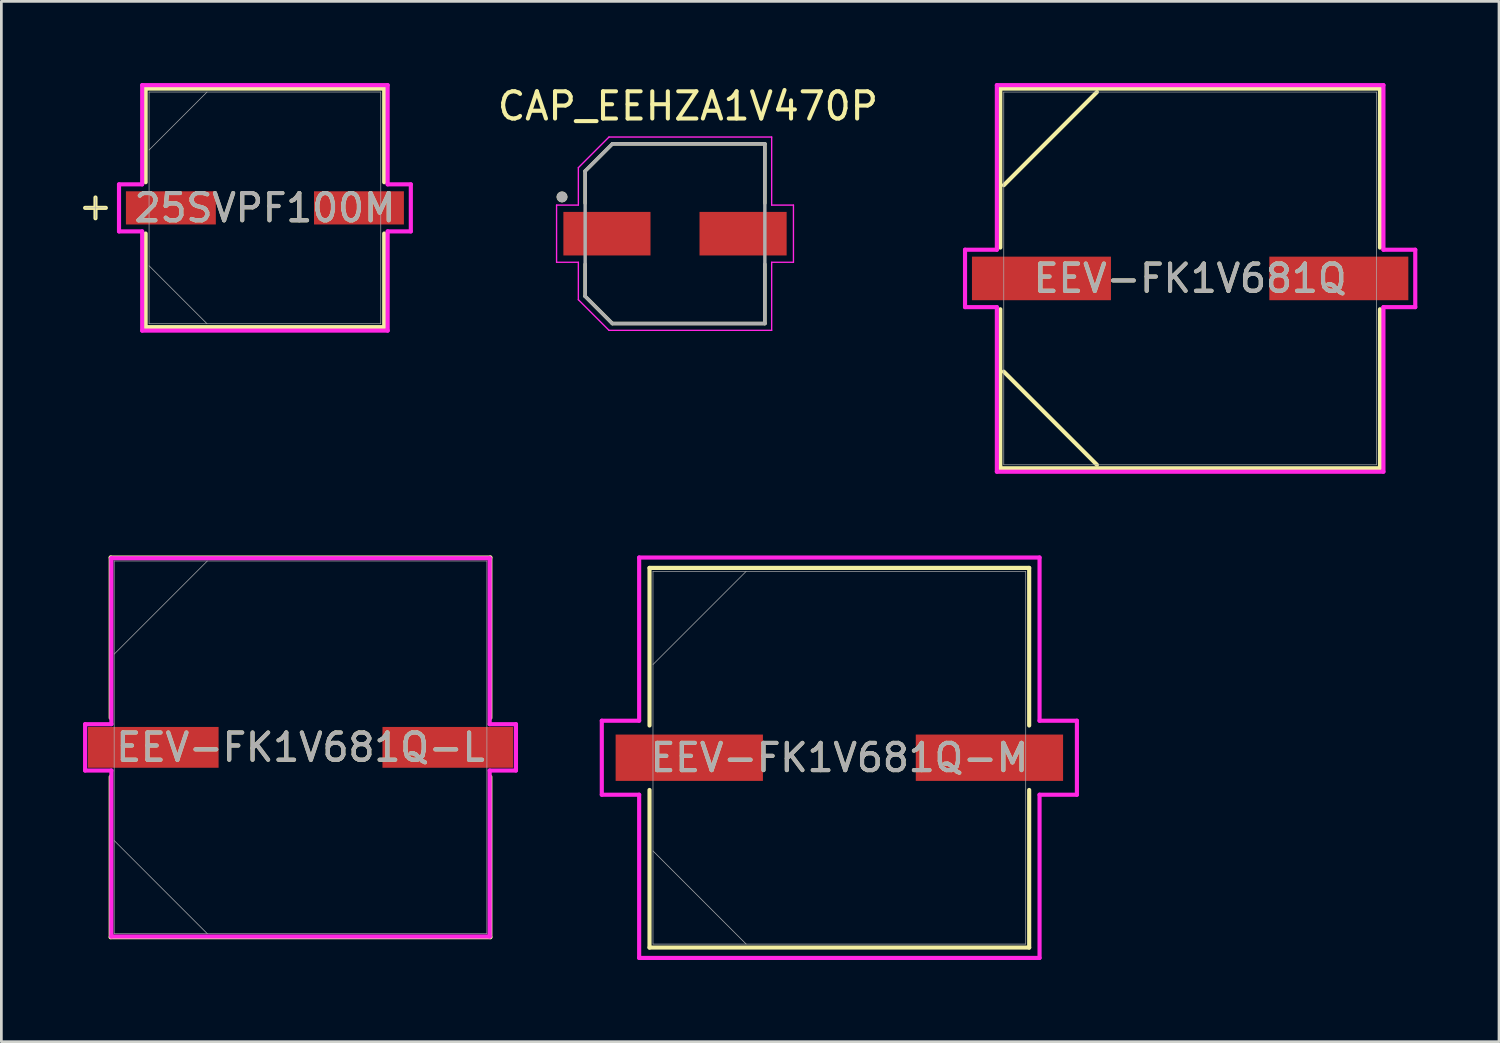
<source format=kicad_pcb>
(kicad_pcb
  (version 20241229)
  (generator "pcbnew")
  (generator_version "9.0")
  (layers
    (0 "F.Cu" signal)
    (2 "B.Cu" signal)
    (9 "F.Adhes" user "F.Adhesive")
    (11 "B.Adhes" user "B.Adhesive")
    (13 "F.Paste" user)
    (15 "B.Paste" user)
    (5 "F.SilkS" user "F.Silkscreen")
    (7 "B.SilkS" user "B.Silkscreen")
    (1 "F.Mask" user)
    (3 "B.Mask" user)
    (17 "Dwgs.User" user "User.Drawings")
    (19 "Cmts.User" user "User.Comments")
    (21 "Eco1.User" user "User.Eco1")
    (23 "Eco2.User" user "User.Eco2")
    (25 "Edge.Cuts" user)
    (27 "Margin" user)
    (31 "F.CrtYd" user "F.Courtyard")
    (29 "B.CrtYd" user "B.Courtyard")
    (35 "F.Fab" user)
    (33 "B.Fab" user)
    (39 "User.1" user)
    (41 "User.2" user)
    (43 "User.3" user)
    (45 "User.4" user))
  (footprint "CAP_EEHZA1V470P"
    (layer "F.Cu")
    (at 21.742 5.533)
    (property "Reference" "CAP_EEHZA1V470P" (at 0.475 -4.685 0) (layer "F.SilkS") (effects (font (size 1 1) (thickness 0.15))))
    (attr smd)
    (fp_line (start -3.3 -2.3) (end -3.3 -1.12) (stroke (width 0.127) (type solid)) (layer "F.SilkS"))
    (fp_line (start -3.3 1.12) (end -3.3 2.3) (stroke (width 0.127) (type solid)) (layer "F.SilkS"))
    (fp_line (start -3.3 2.3) (end -2.3 3.3) (stroke (width 0.127) (type solid)) (layer "F.SilkS"))
    (fp_line (start -2.3 -3.3) (end -3.3 -2.3) (stroke (width 0.127) (type solid)) (layer "F.SilkS"))
    (fp_line (start -2.3 3.3) (end 3.3 3.3) (stroke (width 0.127) (type solid)) (layer "F.SilkS"))
    (fp_line (start 3.3 -3.3) (end -2.3 -3.3) (stroke (width 0.127) (type solid)) (layer "F.SilkS"))
    (fp_line (start 3.3 -1.12) (end 3.3 -3.3) (stroke (width 0.127) (type solid)) (layer "F.SilkS"))
    (fp_line (start 3.3 3.3) (end 3.3 1.12) (stroke (width 0.127) (type solid)) (layer "F.SilkS"))
    (fp_circle (center -4.15 -1.35) (end -4.05 -1.35) (stroke (width 0.2) (type solid)) (fill no) (layer "F.SilkS"))
    (fp_line (start -4.35 -1.05) (end -3.55 -1.05) (stroke (width 0.05) (type solid)) (layer "F.CrtYd"))
    (fp_line (start -4.35 1.05) (end -4.35 -1.05) (stroke (width 0.05) (type solid)) (layer "F.CrtYd"))
    (fp_line (start -3.55 -2.425) (end -2.425 -3.55) (stroke (width 0.05) (type solid)) (layer "F.CrtYd"))
    (fp_line (start -3.55 -1.05) (end -3.55 -2.425) (stroke (width 0.05) (type solid)) (layer "F.CrtYd"))
    (fp_line (start -3.55 1.05) (end -4.35 1.05) (stroke (width 0.05) (type solid)) (layer "F.CrtYd"))
    (fp_line (start -3.55 2.425) (end -3.55 1.05) (stroke (width 0.05) (type solid)) (layer "F.CrtYd"))
    (fp_line (start -2.425 -3.55) (end 3.55 -3.55) (stroke (width 0.05) (type solid)) (layer "F.CrtYd"))
    (fp_line (start -2.425 3.55) (end -3.55 2.425) (stroke (width 0.05) (type solid)) (layer "F.CrtYd"))
    (fp_line (start 3.55 -3.55) (end 3.55 -1.05) (stroke (width 0.05) (type solid)) (layer "F.CrtYd"))
    (fp_line (start 3.55 -1.05) (end 4.35 -1.05) (stroke (width 0.05) (type solid)) (layer "F.CrtYd"))
    (fp_line (start 3.55 1.05) (end 3.55 3.55) (stroke (width 0.05) (type solid)) (layer "F.CrtYd"))
    (fp_line (start 3.55 3.55) (end -2.425 3.55) (stroke (width 0.05) (type solid)) (layer "F.CrtYd"))
    (fp_line (start 4.35 -1.05) (end 4.35 1.05) (stroke (width 0.05) (type solid)) (layer "F.CrtYd"))
    (fp_line (start 4.35 1.05) (end 3.55 1.05) (stroke (width 0.05) (type solid)) (layer "F.CrtYd"))
    (fp_line (start -3.3 -2.3) (end -3.3 2.3) (stroke (width 0.127) (type solid)) (layer "F.Fab"))
    (fp_line (start -3.3 2.3) (end -2.3 3.3) (stroke (width 0.127) (type solid)) (layer "F.Fab"))
    (fp_line (start -2.3 -3.3) (end -3.3 -2.3) (stroke (width 0.127) (type solid)) (layer "F.Fab"))
    (fp_line (start -2.3 3.3) (end 3.3 3.3) (stroke (width 0.127) (type solid)) (layer "F.Fab"))
    (fp_line (start 3.3 -3.3) (end -2.3 -3.3) (stroke (width 0.127) (type solid)) (layer "F.Fab"))
    (fp_line (start 3.3 3.3) (end 3.3 -3.3) (stroke (width 0.127) (type solid)) (layer "F.Fab"))
    (fp_circle (center -4.15 -1.35) (end -4.05 -1.35) (stroke (width 0.2) (type solid)) (fill no) (layer "F.Fab"))
    (pad "1" smd rect (at -2.5 0) (size 3.2 1.6) (layers "F.Cu" "F.Mask" "F.Paste"))
    (pad "2" smd rect (at 2.5 0) (size 3.2 1.6) (layers "F.Cu" "F.Mask" "F.Paste")))
  (footprint "EEV-FK1V681Q"
    (layer "F.Cu")
    (at 40.662 7.176)
    (property "Reference" "EEV-FK1V681Q" (at 0 0 0) (unlocked yes) (layer "F.SilkS") (effects (font (size 1 1) (thickness 0.15))))
    (attr smd)
    (fp_line (start -6.972 -6.972) (end -6.972 -1.133) (stroke (width 0.152) (type solid)) (layer "F.SilkS"))
    (fp_line (start -6.972 1.133) (end -6.972 6.972) (stroke (width 0.152) (type solid)) (layer "F.SilkS"))
    (fp_line (start -6.972 6.972) (end 6.972 6.972) (stroke (width 0.152) (type solid)) (layer "F.SilkS"))
    (fp_line (start -6.845 -3.423) (end -3.423 -6.845) (stroke (width 0.15) (type solid)) (layer "F.SilkS"))
    (fp_line (start -6.845 3.423) (end -3.423 6.845) (stroke (width 0.15) (type solid)) (layer "F.SilkS"))
    (fp_line (start 6.972 -6.972) (end -6.972 -6.972) (stroke (width 0.152) (type solid)) (layer "F.SilkS"))
    (fp_line (start 6.972 -1.133) (end 6.972 -6.972) (stroke (width 0.152) (type solid)) (layer "F.SilkS"))
    (fp_line (start 6.972 6.972) (end 6.972 1.133) (stroke (width 0.152) (type solid)) (layer "F.SilkS"))
    (fp_line (start -8.268 -1.054) (end -7.099 -1.054) (stroke (width 0.152) (type solid)) (layer "F.CrtYd"))
    (fp_line (start -8.268 1.054) (end -8.268 -1.054) (stroke (width 0.152) (type solid)) (layer "F.CrtYd"))
    (fp_line (start -7.099 -7.099) (end 7.099 -7.099) (stroke (width 0.152) (type solid)) (layer "F.CrtYd"))
    (fp_line (start -7.099 -1.054) (end -7.099 -7.099) (stroke (width 0.152) (type solid)) (layer "F.CrtYd"))
    (fp_line (start -7.099 1.054) (end -8.268 1.054) (stroke (width 0.152) (type solid)) (layer "F.CrtYd"))
    (fp_line (start -7.099 7.099) (end -7.099 1.054) (stroke (width 0.152) (type solid)) (layer "F.CrtYd"))
    (fp_line (start 7.099 -7.099) (end 7.099 -1.054) (stroke (width 0.152) (type solid)) (layer "F.CrtYd"))
    (fp_line (start 7.099 -1.054) (end 8.268 -1.054) (stroke (width 0.152) (type solid)) (layer "F.CrtYd"))
    (fp_line (start 7.099 1.054) (end 7.099 7.099) (stroke (width 0.152) (type solid)) (layer "F.CrtYd"))
    (fp_line (start 7.099 7.099) (end -7.099 7.099) (stroke (width 0.152) (type solid)) (layer "F.CrtYd"))
    (fp_line (start 8.268 -1.054) (end 8.268 1.054) (stroke (width 0.152) (type solid)) (layer "F.CrtYd"))
    (fp_line (start 8.268 1.054) (end 7.099 1.054) (stroke (width 0.152) (type solid)) (layer "F.CrtYd"))
    (fp_line (start -6.845 -6.845) (end -6.845 6.845) (stroke (width 0.025) (type solid)) (layer "F.Fab"))
    (fp_line (start -6.845 6.845) (end 6.845 6.845) (stroke (width 0.025) (type solid)) (layer "F.Fab"))
    (fp_line (start 6.845 -6.845) (end -6.845 -6.845) (stroke (width 0.025) (type solid)) (layer "F.Fab"))
    (fp_line (start 6.845 6.845) (end 6.845 -6.845) (stroke (width 0.025) (type solid)) (layer "F.Fab"))
    (fp_text user "${REFERENCE}" (at 0 0 0) (unlocked yes) (layer "F.Fab") (effects (font (size 1 1) (thickness 0.15))))
    (pad "1" smd rect (at -5.461 0) (size 5.105 1.6) (layers "F.Cu" "F.Mask" "F.Paste"))
    (pad "2" smd rect (at 5.461 0) (size 5.105 1.6) (layers "F.Cu" "F.Mask" "F.Paste"))
    (zone (net_name "") (layer "F.Cu") (hatch full 0.508) (connect_pads) (min_thickness 0.254) (filled_areas_thickness no) (keepout (tracks not_allowed) (vias not_allowed) (pads allowed) (copperpour allowed) (footprints allowed)) (placement (enabled no)) (fill) (polygon (pts (xy 33.868 0.381) (xy 47.457 0.381) (xy 47.457 6.325) (xy 33.868 6.325))))
    (zone (net_name "") (layer "F.Cu") (hatch full 0.508) (connect_pads) (min_thickness 0.254) (filled_areas_thickness no) (keepout (tracks not_allowed) (vias not_allowed) (pads allowed) (copperpour allowed) (footprints allowed)) (placement (enabled no)) (fill) (polygon (pts (xy 33.868 8.026) (xy 47.457 8.026) (xy 47.457 13.97) (xy 33.868 13.97))))
    (zone (net_name "") (layer "F.Cu") (hatch full 0.508) (connect_pads) (min_thickness 0.254) (filled_areas_thickness no) (keepout (tracks not_allowed) (vias not_allowed) (pads allowed) (copperpour not_allowed) (footprints allowed)) (placement (enabled no)) (fill) (polygon (pts (xy 38.305 0.325) (xy 43.02 0.325) (xy 43.02 14.026) (xy 38.305 14.026)))))
  (footprint "EEV-FK1V681Q-L"
    (layer "F.Cu")
    (at 7.988 24.399)
    (property "Reference" "EEV-FK1V681Q-L" (at 0 0 0) (unlocked yes) (layer "F.SilkS") (effects (font (size 1 1) (thickness 0.15))))
    (attr smd)
    (fp_line (start -6.972 -6.972) (end -6.972 -1.082) (stroke (width 0.152) (type solid)) (layer "F.SilkS"))
    (fp_line (start -6.972 1.082) (end -6.972 6.972) (stroke (width 0.152) (type solid)) (layer "F.SilkS"))
    (fp_line (start -6.972 6.972) (end 6.972 6.972) (stroke (width 0.152) (type solid)) (layer "F.SilkS"))
    (fp_line (start 6.972 -6.972) (end -6.972 -6.972) (stroke (width 0.152) (type solid)) (layer "F.SilkS"))
    (fp_line (start 6.972 -1.082) (end 6.972 -6.972) (stroke (width 0.152) (type solid)) (layer "F.SilkS"))
    (fp_line (start 6.972 6.972) (end 6.972 1.082) (stroke (width 0.152) (type solid)) (layer "F.SilkS"))
    (fp_line (start -7.912 -0.851) (end -6.947 -0.851) (stroke (width 0.152) (type solid)) (layer "F.CrtYd"))
    (fp_line (start -7.912 0.851) (end -7.912 -0.851) (stroke (width 0.152) (type solid)) (layer "F.CrtYd"))
    (fp_line (start -6.947 -6.947) (end 6.947 -6.947) (stroke (width 0.152) (type solid)) (layer "F.CrtYd"))
    (fp_line (start -6.947 -0.851) (end -6.947 -6.947) (stroke (width 0.152) (type solid)) (layer "F.CrtYd"))
    (fp_line (start -6.947 0.851) (end -7.912 0.851) (stroke (width 0.152) (type solid)) (layer "F.CrtYd"))
    (fp_line (start -6.947 6.947) (end -6.947 0.851) (stroke (width 0.152) (type solid)) (layer "F.CrtYd"))
    (fp_line (start 6.947 -6.947) (end 6.947 -0.851) (stroke (width 0.152) (type solid)) (layer "F.CrtYd"))
    (fp_line (start 6.947 -0.851) (end 7.912 -0.851) (stroke (width 0.152) (type solid)) (layer "F.CrtYd"))
    (fp_line (start 6.947 0.851) (end 6.947 6.947) (stroke (width 0.152) (type solid)) (layer "F.CrtYd"))
    (fp_line (start 6.947 6.947) (end -6.947 6.947) (stroke (width 0.152) (type solid)) (layer "F.CrtYd"))
    (fp_line (start 7.912 -0.851) (end 7.912 0.851) (stroke (width 0.152) (type solid)) (layer "F.CrtYd"))
    (fp_line (start 7.912 0.851) (end 6.947 0.851) (stroke (width 0.152) (type solid)) (layer "F.CrtYd"))
    (fp_line (start -6.845 -6.845) (end -6.845 6.845) (stroke (width 0.025) (type solid)) (layer "F.Fab"))
    (fp_line (start -6.845 -3.423) (end -3.423 -6.845) (stroke (width 0.025) (type solid)) (layer "F.Fab"))
    (fp_line (start -6.845 3.423) (end -3.423 6.845) (stroke (width 0.025) (type solid)) (layer "F.Fab"))
    (fp_line (start -6.845 6.845) (end 6.845 6.845) (stroke (width 0.025) (type solid)) (layer "F.Fab"))
    (fp_line (start 6.845 -6.845) (end -6.845 -6.845) (stroke (width 0.025) (type solid)) (layer "F.Fab"))
    (fp_line (start 6.845 6.845) (end 6.845 -6.845) (stroke (width 0.025) (type solid)) (layer "F.Fab"))
    (fp_text user "${REFERENCE}" (at 0 0 0) (unlocked yes) (layer "F.Fab") (effects (font (size 1 1) (thickness 0.15))))
    (pad "1" smd rect (at -5.41 0) (size 4.801 1.499) (layers "F.Cu" "F.Mask" "F.Paste"))
    (pad "2" smd rect (at 5.41 0) (size 4.801 1.499) (layers "F.Cu" "F.Mask" "F.Paste"))
    (zone (net_name "") (layer "F.Cu") (hatch full 0.508) (connect_pads) (min_thickness 0.254) (filled_areas_thickness no) (keepout (tracks not_allowed) (vias not_allowed) (pads allowed) (copperpour not_allowed) (footprints allowed)) (placement (enabled no)) (fill) (polygon (pts (xy 1.194 17.605) (xy 14.783 17.605) (xy 14.783 23.599) (xy 1.194 23.599))))
    (zone (net_name "") (layer "F.Cu") (hatch full 0.508) (connect_pads) (min_thickness 0.254) (filled_areas_thickness no) (keepout (tracks not_allowed) (vias not_allowed) (pads allowed) (copperpour not_allowed) (footprints allowed)) (placement (enabled no)) (fill) (polygon (pts (xy 1.194 25.2) (xy 14.783 25.2) (xy 14.783 31.194) (xy 1.194 31.194))))
    (zone (net_name "") (layer "F.Cu") (hatch full 0.508) (connect_pads) (min_thickness 0.254) (filled_areas_thickness no) (keepout (tracks not_allowed) (vias not_allowed) (pads allowed) (copperpour not_allowed) (footprints allowed)) (placement (enabled no)) (fill) (polygon (pts (xy 5.029 23.599) (xy 10.947 23.599) (xy 10.947 25.2) (xy 5.029 25.2)))))
  (footprint "25SVPF100M"
    (layer "F.Cu")
    (at 6.68 4.585)
    (property "Reference" "25SVPF100M" (at 0 0 0) (unlocked yes) (layer "F.SilkS") (effects (font (size 1 1) (thickness 0.15))))
    (attr smd)
    (fp_line (start -6.223 -0.381) (end -6.223 0.381) (stroke (width 0.152) (type solid)) (layer "F.SilkS"))
    (fp_line (start -5.842 0) (end -6.604 0) (stroke (width 0.152) (type solid)) (layer "F.SilkS"))
    (fp_line (start -4.381 -4.381) (end -4.381 -0.942) (stroke (width 0.152) (type solid)) (layer "F.SilkS"))
    (fp_line (start -4.381 0.942) (end -4.381 4.381) (stroke (width 0.152) (type solid)) (layer "F.SilkS"))
    (fp_line (start -4.381 4.381) (end 4.381 4.381) (stroke (width 0.152) (type solid)) (layer "F.SilkS"))
    (fp_line (start 4.381 -4.381) (end -4.381 -4.381) (stroke (width 0.152) (type solid)) (layer "F.SilkS"))
    (fp_line (start 4.381 -0.942) (end 4.381 -4.381) (stroke (width 0.152) (type solid)) (layer "F.SilkS"))
    (fp_line (start 4.381 4.381) (end 4.381 0.942) (stroke (width 0.152) (type solid)) (layer "F.SilkS"))
    (fp_line (start -5.359 -0.864) (end -4.508 -0.864) (stroke (width 0.152) (type solid)) (layer "F.CrtYd"))
    (fp_line (start -5.359 0.864) (end -5.359 -0.864) (stroke (width 0.152) (type solid)) (layer "F.CrtYd"))
    (fp_line (start -4.508 -4.508) (end 4.508 -4.508) (stroke (width 0.152) (type solid)) (layer "F.CrtYd"))
    (fp_line (start -4.508 -0.864) (end -4.508 -4.508) (stroke (width 0.152) (type solid)) (layer "F.CrtYd"))
    (fp_line (start -4.508 0.864) (end -5.359 0.864) (stroke (width 0.152) (type solid)) (layer "F.CrtYd"))
    (fp_line (start -4.508 4.508) (end -4.508 0.864) (stroke (width 0.152) (type solid)) (layer "F.CrtYd"))
    (fp_line (start 4.508 -4.508) (end 4.508 -0.864) (stroke (width 0.152) (type solid)) (layer "F.CrtYd"))
    (fp_line (start 4.508 -0.864) (end 5.359 -0.864) (stroke (width 0.152) (type solid)) (layer "F.CrtYd"))
    (fp_line (start 4.508 0.864) (end 4.508 4.508) (stroke (width 0.152) (type solid)) (layer "F.CrtYd"))
    (fp_line (start 4.508 4.508) (end -4.508 4.508) (stroke (width 0.152) (type solid)) (layer "F.CrtYd"))
    (fp_line (start 5.359 -0.864) (end 5.359 0.864) (stroke (width 0.152) (type solid)) (layer "F.CrtYd"))
    (fp_line (start 5.359 0.864) (end 4.508 0.864) (stroke (width 0.152) (type solid)) (layer "F.CrtYd"))
    (fp_line (start -6.223 -0.381) (end -6.223 0.381) (stroke (width 0.025) (type solid)) (layer "F.Fab"))
    (fp_line (start -5.842 0) (end -6.604 0) (stroke (width 0.025) (type solid)) (layer "F.Fab"))
    (fp_line (start -4.255 -4.255) (end -4.255 4.255) (stroke (width 0.025) (type solid)) (layer "F.Fab"))
    (fp_line (start -4.255 -2.127) (end -2.127 -4.255) (stroke (width 0.025) (type solid)) (layer "F.Fab"))
    (fp_line (start -4.255 2.127) (end -2.127 4.255) (stroke (width 0.025) (type solid)) (layer "F.Fab"))
    (fp_line (start -4.255 4.255) (end 4.255 4.255) (stroke (width 0.025) (type solid)) (layer "F.Fab"))
    (fp_line (start 4.255 -4.255) (end -4.255 -4.255) (stroke (width 0.025) (type solid)) (layer "F.Fab"))
    (fp_line (start 4.255 4.255) (end 4.255 -4.255) (stroke (width 0.025) (type solid)) (layer "F.Fab"))
    (fp_text user "${REFERENCE}" (at 0 0 0) (unlocked yes) (layer "F.Fab") (effects (font (size 1 1) (thickness 0.15))))
    (pad "1" smd rect (at -3.454 0) (size 3.302 1.219) (layers "F.Cu" "F.Mask" "F.Paste"))
    (pad "2" smd rect (at 3.454 0) (size 3.302 1.219) (layers "F.Cu" "F.Mask" "F.Paste")))
  (footprint "EEV-FK1V681Q-M"
    (layer "F.Cu")
    (at 27.778 24.78)
    (property "Reference" "EEV-FK1V681Q-M" (at 0 0 0) (unlocked yes) (layer "F.SilkS") (effects (font (size 1 1) (thickness 0.15))))
    (attr smd)
    (fp_line (start -6.972 -6.972) (end -6.972 -1.184) (stroke (width 0.152) (type solid)) (layer "F.SilkS"))
    (fp_line (start -6.972 1.184) (end -6.972 6.972) (stroke (width 0.152) (type solid)) (layer "F.SilkS"))
    (fp_line (start -6.972 6.972) (end 6.972 6.972) (stroke (width 0.152) (type solid)) (layer "F.SilkS"))
    (fp_line (start 6.972 -6.972) (end -6.972 -6.972) (stroke (width 0.152) (type solid)) (layer "F.SilkS"))
    (fp_line (start 6.972 -1.184) (end 6.972 -6.972) (stroke (width 0.152) (type solid)) (layer "F.SilkS"))
    (fp_line (start 6.972 6.972) (end 6.972 1.184) (stroke (width 0.152) (type solid)) (layer "F.SilkS"))
    (fp_line (start -8.725 -1.359) (end -7.353 -1.359) (stroke (width 0.152) (type solid)) (layer "F.CrtYd"))
    (fp_line (start -8.725 1.359) (end -8.725 -1.359) (stroke (width 0.152) (type solid)) (layer "F.CrtYd"))
    (fp_line (start -7.353 -7.353) (end 7.353 -7.353) (stroke (width 0.152) (type solid)) (layer "F.CrtYd"))
    (fp_line (start -7.353 -1.359) (end -7.353 -7.353) (stroke (width 0.152) (type solid)) (layer "F.CrtYd"))
    (fp_line (start -7.353 1.359) (end -8.725 1.359) (stroke (width 0.152) (type solid)) (layer "F.CrtYd"))
    (fp_line (start -7.353 7.353) (end -7.353 1.359) (stroke (width 0.152) (type solid)) (layer "F.CrtYd"))
    (fp_line (start 7.353 -7.353) (end 7.353 -1.359) (stroke (width 0.152) (type solid)) (layer "F.CrtYd"))
    (fp_line (start 7.353 -1.359) (end 8.725 -1.359) (stroke (width 0.152) (type solid)) (layer "F.CrtYd"))
    (fp_line (start 7.353 1.359) (end 7.353 7.353) (stroke (width 0.152) (type solid)) (layer "F.CrtYd"))
    (fp_line (start 7.353 7.353) (end -7.353 7.353) (stroke (width 0.152) (type solid)) (layer "F.CrtYd"))
    (fp_line (start 8.725 -1.359) (end 8.725 1.359) (stroke (width 0.152) (type solid)) (layer "F.CrtYd"))
    (fp_line (start 8.725 1.359) (end 7.353 1.359) (stroke (width 0.152) (type solid)) (layer "F.CrtYd"))
    (fp_line (start -6.845 -6.845) (end -6.845 6.845) (stroke (width 0.025) (type solid)) (layer "F.Fab"))
    (fp_line (start -6.845 -3.423) (end -3.423 -6.845) (stroke (width 0.025) (type solid)) (layer "F.Fab"))
    (fp_line (start -6.845 3.423) (end -3.423 6.845) (stroke (width 0.025) (type solid)) (layer "F.Fab"))
    (fp_line (start -6.845 6.845) (end 6.845 6.845) (stroke (width 0.025) (type solid)) (layer "F.Fab"))
    (fp_line (start 6.845 -6.845) (end -6.845 -6.845) (stroke (width 0.025) (type solid)) (layer "F.Fab"))
    (fp_line (start 6.845 6.845) (end 6.845 -6.845) (stroke (width 0.025) (type solid)) (layer "F.Fab"))
    (fp_text user "${REFERENCE}" (at 0 0 0) (unlocked yes) (layer "F.Fab") (effects (font (size 1 1) (thickness 0.15))))
    (pad "1" smd rect (at -5.512 0) (size 5.41 1.702) (layers "F.Cu" "F.Mask" "F.Paste"))
    (pad "2" smd rect (at 5.512 0) (size 5.41 1.702) (layers "F.Cu" "F.Mask" "F.Paste"))
    (zone (net_name "") (layer "F.Cu") (hatch full 0.508) (connect_pads) (min_thickness 0.254) (filled_areas_thickness no) (keepout (tracks not_allowed) (vias not_allowed) (pads allowed) (copperpour not_allowed) (footprints allowed)) (placement (enabled no)) (fill) (polygon (pts (xy 20.983 17.986) (xy 34.572 17.986) (xy 34.572 23.879) (xy 20.983 23.879))))
    (zone (net_name "") (layer "F.Cu") (hatch full 0.508) (connect_pads) (min_thickness 0.254) (filled_areas_thickness no) (keepout (tracks not_allowed) (vias not_allowed) (pads allowed) (copperpour not_allowed) (footprints allowed)) (placement (enabled no)) (fill) (polygon (pts (xy 20.983 25.682) (xy 34.572 25.682) (xy 34.572 31.575) (xy 20.983 31.575))))
    (zone (net_name "") (layer "F.Cu") (hatch full 0.508) (connect_pads) (min_thickness 0.254) (filled_areas_thickness no) (keepout (tracks not_allowed) (vias not_allowed) (pads allowed) (copperpour not_allowed) (footprints allowed)) (placement (enabled no)) (fill) (polygon (pts (xy 25.022 23.879) (xy 30.534 23.879) (xy 30.534 25.682) (xy 25.022 25.682)))))
  (gr_rect
    (start -3 -3)
    (end 52.006 35.21)
    (stroke (width 0.1) (type default))
    (fill no)
    (layer "Edge.Cuts")))
</source>
